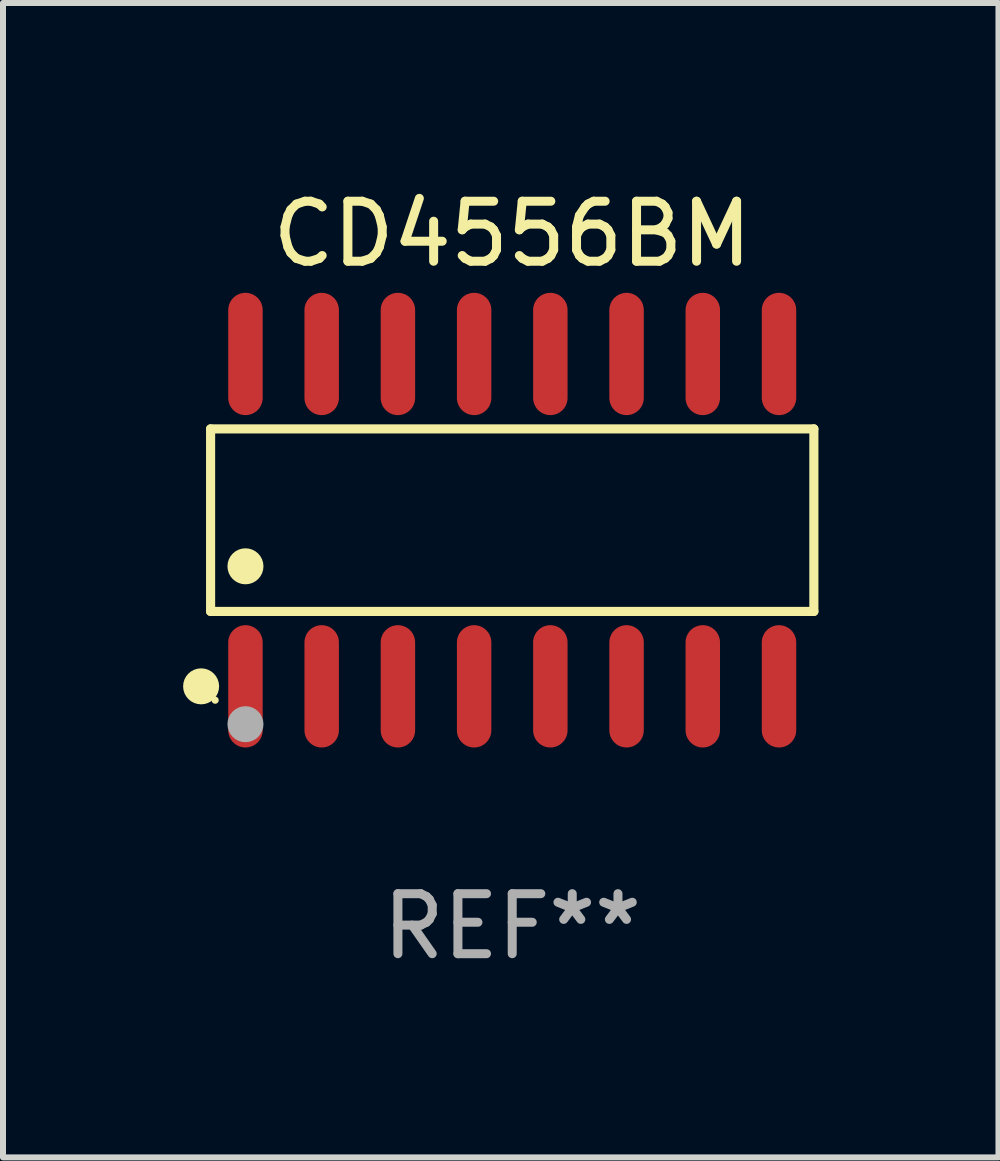
<source format=kicad_pcb>
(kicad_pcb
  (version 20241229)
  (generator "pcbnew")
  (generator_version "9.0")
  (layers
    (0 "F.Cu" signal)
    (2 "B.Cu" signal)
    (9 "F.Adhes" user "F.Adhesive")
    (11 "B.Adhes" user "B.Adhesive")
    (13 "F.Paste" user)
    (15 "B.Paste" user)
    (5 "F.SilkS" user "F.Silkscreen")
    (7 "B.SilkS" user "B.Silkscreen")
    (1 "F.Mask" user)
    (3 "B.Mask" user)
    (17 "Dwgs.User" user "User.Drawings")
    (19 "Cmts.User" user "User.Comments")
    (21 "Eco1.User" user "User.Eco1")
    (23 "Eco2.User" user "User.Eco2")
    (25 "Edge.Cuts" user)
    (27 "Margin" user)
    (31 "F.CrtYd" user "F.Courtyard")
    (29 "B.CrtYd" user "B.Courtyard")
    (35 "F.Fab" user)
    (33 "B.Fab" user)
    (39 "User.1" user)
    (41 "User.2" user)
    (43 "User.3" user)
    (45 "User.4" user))
  (footprint "CD4556BM"
    (layer "F.Cu")
    (at 5.485 5.617)
    (property "Reference" "CD4556BM" (at 0 -4.769 0) (layer "F.SilkS") (effects (font (size 1 1) (thickness 0.15))))
    (attr through_hole)
    (fp_line (start -5.026 -1.521) (end 5.026 -1.521) (stroke (width 0.152) (type solid)) (layer "F.SilkS"))
    (fp_line (start -5.026 1.521) (end -5.026 -1.521) (stroke (width 0.152) (type solid)) (layer "F.SilkS"))
    (fp_line (start 5.026 -1.521) (end 5.026 1.521) (stroke (width 0.152) (type solid)) (layer "F.SilkS"))
    (fp_line (start 5.026 1.521) (end -5.026 1.521) (stroke (width 0.152) (type solid)) (layer "F.SilkS"))
    (fp_circle (center -5.184 2.769) (end -5.034 2.769) (stroke (width 0.3) (type solid)) (fill no) (layer "F.SilkS"))
    (fp_circle (center -4.95 3) (end -4.92 3) (stroke (width 0.06) (type solid)) (fill no) (layer "F.SilkS"))
    (fp_circle (center -4.445 0.769) (end -4.295 0.769) (stroke (width 0.3) (type solid)) (fill no) (layer "F.SilkS"))
    (fp_circle (center -4.445 3.4) (end -4.295 3.4) (stroke (width 0.3) (type solid)) (fill no) (layer "F.Fab"))
    (fp_text user "REF**" (at 0 6.769 0) (layer "F.Fab") (effects (font (size 1 1) (thickness 0.15))))
    (pad "1" smd oval (at -4.445 2.769) (size 0.574 2.038) (layers "F.Cu" "F.Mask" "F.Paste"))
    (pad "2" smd oval (at -3.175 2.769) (size 0.574 2.038) (layers "F.Cu" "F.Mask" "F.Paste"))
    (pad "3" smd oval (at -1.905 2.769) (size 0.574 2.038) (layers "F.Cu" "F.Mask" "F.Paste"))
    (pad "4" smd oval (at -0.635 2.769) (size 0.574 2.038) (layers "F.Cu" "F.Mask" "F.Paste"))
    (pad "5" smd oval (at 0.635 2.769) (size 0.574 2.038) (layers "F.Cu" "F.Mask" "F.Paste"))
    (pad "6" smd oval (at 1.905 2.769) (size 0.574 2.038) (layers "F.Cu" "F.Mask" "F.Paste"))
    (pad "7" smd oval (at 3.175 2.769) (size 0.574 2.038) (layers "F.Cu" "F.Mask" "F.Paste"))
    (pad "8" smd oval (at 4.445 2.769) (size 0.574 2.038) (layers "F.Cu" "F.Mask" "F.Paste"))
    (pad "9" smd oval (at 4.445 -2.769) (size 0.574 2.038) (layers "F.Cu" "F.Mask" "F.Paste"))
    (pad "10" smd oval (at 3.175 -2.769) (size 0.574 2.038) (layers "F.Cu" "F.Mask" "F.Paste"))
    (pad "11" smd oval (at 1.905 -2.769) (size 0.574 2.038) (layers "F.Cu" "F.Mask" "F.Paste"))
    (pad "12" smd oval (at 0.635 -2.769) (size 0.574 2.038) (layers "F.Cu" "F.Mask" "F.Paste"))
    (pad "13" smd oval (at -0.635 -2.769) (size 0.574 2.038) (layers "F.Cu" "F.Mask" "F.Paste"))
    (pad "14" smd oval (at -1.905 -2.769) (size 0.574 2.038) (layers "F.Cu" "F.Mask" "F.Paste"))
    (pad "15" smd oval (at -3.175 -2.769) (size 0.574 2.038) (layers "F.Cu" "F.Mask" "F.Paste"))
    (pad "16" smd oval (at -4.445 -2.769) (size 0.574 2.038) (layers "F.Cu" "F.Mask" "F.Paste")))
  (gr_rect
    (start -3 -3)
    (end 13.587 16.235)
    (stroke (width 0.1) (type default))
    (fill no)
    (layer "Edge.Cuts")))
</source>
